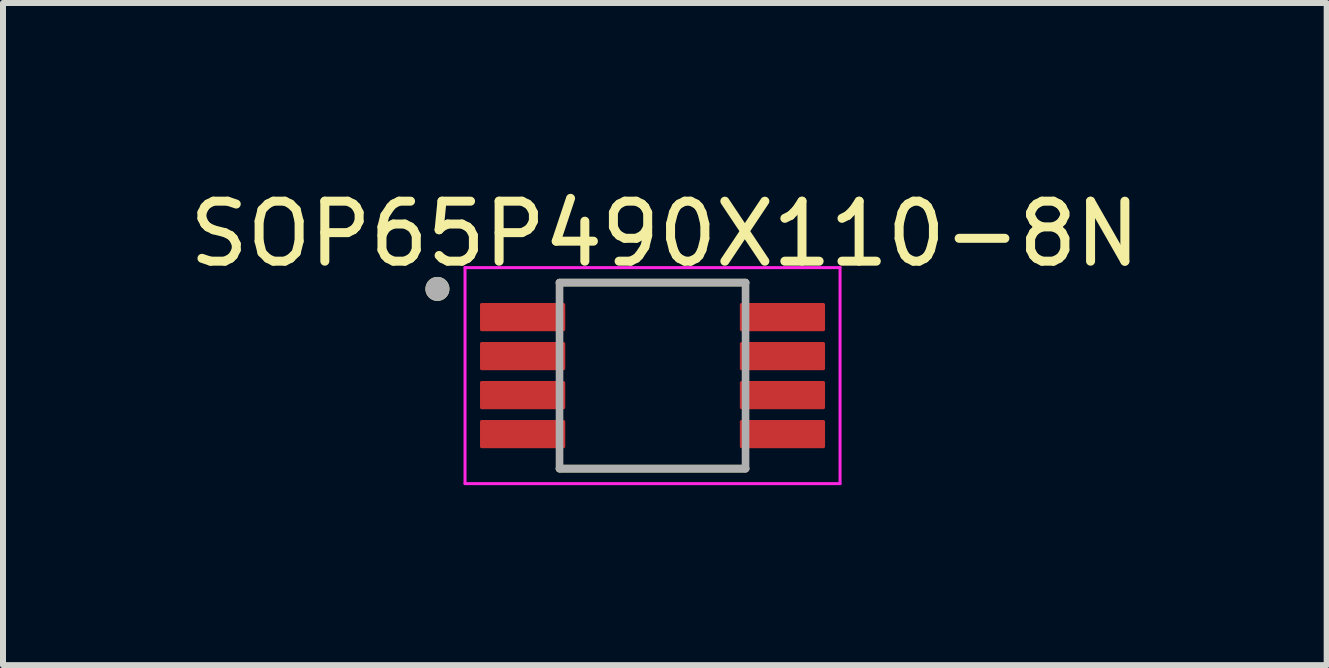
<source format=kicad_pcb>
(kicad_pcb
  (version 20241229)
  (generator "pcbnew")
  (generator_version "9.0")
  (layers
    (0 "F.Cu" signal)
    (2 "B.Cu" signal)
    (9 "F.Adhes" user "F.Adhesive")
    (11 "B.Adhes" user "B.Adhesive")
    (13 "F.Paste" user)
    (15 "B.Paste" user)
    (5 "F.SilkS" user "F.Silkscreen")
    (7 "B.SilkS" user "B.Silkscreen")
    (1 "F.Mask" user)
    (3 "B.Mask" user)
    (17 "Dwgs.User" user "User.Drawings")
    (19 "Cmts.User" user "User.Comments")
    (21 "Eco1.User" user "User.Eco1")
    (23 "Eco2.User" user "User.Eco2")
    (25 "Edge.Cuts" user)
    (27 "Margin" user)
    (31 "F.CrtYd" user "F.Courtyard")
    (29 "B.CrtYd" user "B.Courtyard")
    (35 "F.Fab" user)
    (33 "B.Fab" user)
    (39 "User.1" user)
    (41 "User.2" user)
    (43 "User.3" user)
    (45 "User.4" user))
  (footprint "SOP65P490X110-8N"
    (layer "F.Cu")
    (at 7.825 3.21)
    (property "Reference" "SOP65P490X110-8N" (at 0.205 -2.362 0) (layer "F.SilkS") (effects (font (size 1 1) (thickness 0.15))))
    (attr through_hole)
    (fp_line (start -1.55 -1.55) (end 1.55 -1.55) (stroke (width 0.127) (type solid)) (layer "F.SilkS"))
    (fp_line (start -1.55 1.55) (end 1.55 1.55) (stroke (width 0.127) (type solid)) (layer "F.SilkS"))
    (fp_circle (center -3.585 -1.445) (end -3.485 -1.445) (stroke (width 0.2) (type solid)) (fill no) (layer "F.SilkS"))
    (fp_line (start -3.125 -1.8) (end -3.125 1.8) (stroke (width 0.05) (type solid)) (layer "F.CrtYd"))
    (fp_line (start -3.125 -1.8) (end 3.125 -1.8) (stroke (width 0.05) (type solid)) (layer "F.CrtYd"))
    (fp_line (start -3.125 1.8) (end 3.125 1.8) (stroke (width 0.05) (type solid)) (layer "F.CrtYd"))
    (fp_line (start 3.125 -1.8) (end 3.125 1.8) (stroke (width 0.05) (type solid)) (layer "F.CrtYd"))
    (fp_line (start -1.55 -1.55) (end -1.55 1.55) (stroke (width 0.127) (type solid)) (layer "F.Fab"))
    (fp_line (start -1.55 -1.55) (end 1.55 -1.55) (stroke (width 0.127) (type solid)) (layer "F.Fab"))
    (fp_line (start -1.55 1.55) (end 1.55 1.55) (stroke (width 0.127) (type solid)) (layer "F.Fab"))
    (fp_line (start 1.55 -1.55) (end 1.55 1.55) (stroke (width 0.127) (type solid)) (layer "F.Fab"))
    (fp_circle (center -3.585 -1.445) (end -3.485 -1.445) (stroke (width 0.2) (type solid)) (fill no) (layer "F.Fab"))
    (pad "1" smd roundrect (at -2.165 -0.975) (size 1.42 0.47) (layers "F.Cu" "F.Mask" "F.Paste") (roundrect_rratio 0.06))
    (pad "2" smd roundrect (at -2.165 -0.325) (size 1.42 0.47) (layers "F.Cu" "F.Mask" "F.Paste") (roundrect_rratio 0.06))
    (pad "3" smd roundrect (at -2.165 0.325) (size 1.42 0.47) (layers "F.Cu" "F.Mask" "F.Paste") (roundrect_rratio 0.06))
    (pad "4" smd roundrect (at -2.165 0.975) (size 1.42 0.47) (layers "F.Cu" "F.Mask" "F.Paste") (roundrect_rratio 0.06))
    (pad "5" smd roundrect (at 2.165 0.975) (size 1.42 0.47) (layers "F.Cu" "F.Mask" "F.Paste") (roundrect_rratio 0.06))
    (pad "6" smd roundrect (at 2.165 0.325) (size 1.42 0.47) (layers "F.Cu" "F.Mask" "F.Paste") (roundrect_rratio 0.06))
    (pad "7" smd roundrect (at 2.165 -0.325) (size 1.42 0.47) (layers "F.Cu" "F.Mask" "F.Paste") (roundrect_rratio 0.06))
    (pad "8" smd roundrect (at 2.165 -0.975) (size 1.42 0.47) (layers "F.Cu" "F.Mask" "F.Paste") (roundrect_rratio 0.06)))
  (gr_rect
    (start -3 -3)
    (end 19.06 8.035)
    (stroke (width 0.1) (type default))
    (fill no)
    (layer "Edge.Cuts")))
</source>
